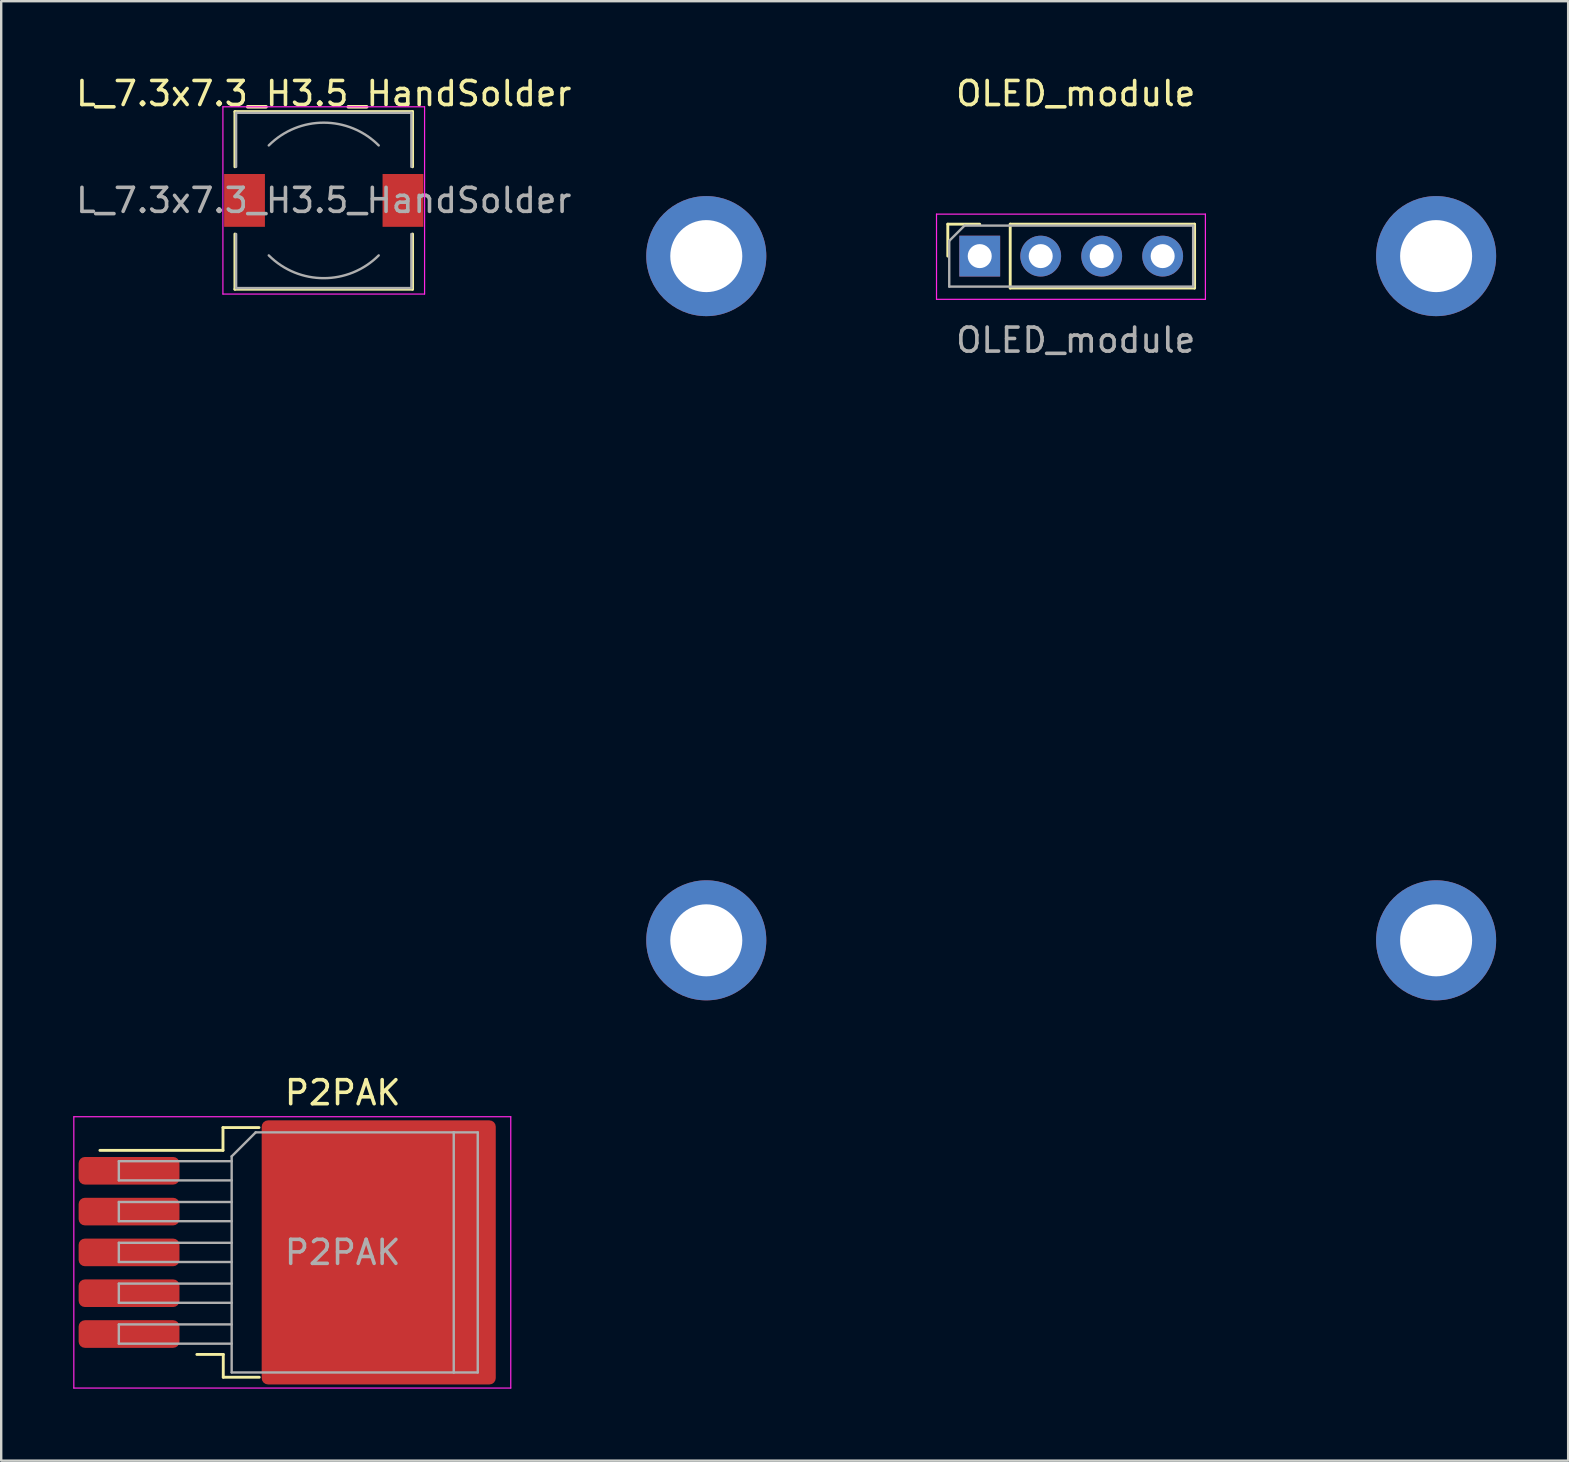
<source format=kicad_pcb>
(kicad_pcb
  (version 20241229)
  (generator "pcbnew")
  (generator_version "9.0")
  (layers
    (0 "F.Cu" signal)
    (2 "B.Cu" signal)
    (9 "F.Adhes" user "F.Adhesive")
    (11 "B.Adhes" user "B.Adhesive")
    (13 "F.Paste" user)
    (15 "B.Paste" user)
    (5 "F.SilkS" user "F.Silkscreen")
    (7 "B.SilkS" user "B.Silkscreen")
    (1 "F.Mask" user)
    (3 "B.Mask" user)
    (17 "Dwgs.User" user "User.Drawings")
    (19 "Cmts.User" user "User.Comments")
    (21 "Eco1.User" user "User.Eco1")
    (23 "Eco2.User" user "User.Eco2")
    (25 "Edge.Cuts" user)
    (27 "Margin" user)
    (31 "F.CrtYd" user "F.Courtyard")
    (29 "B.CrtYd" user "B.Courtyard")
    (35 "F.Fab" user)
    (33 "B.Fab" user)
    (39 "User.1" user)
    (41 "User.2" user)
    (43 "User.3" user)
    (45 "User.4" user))
  (footprint "L_7.3x7.3_H3.5_HandSolder"
    (layer "F.Cu")
    (at 10.435 5.298)
    (property "Reference" "L_7.3x7.3_H3.5_HandSolder" (at 0 -4.45 0) (layer "F.SilkS") (effects (font (size 1 1) (thickness 0.15))))
    (attr smd)
    (fp_line (start -3.7 -3.7) (end 3.7 -3.7) (stroke (width 0.12) (type solid)) (layer "F.SilkS"))
    (fp_line (start -3.7 -1.4) (end -3.7 -3.7) (stroke (width 0.12) (type solid)) (layer "F.SilkS"))
    (fp_line (start -3.7 3.7) (end -3.7 1.4) (stroke (width 0.12) (type solid)) (layer "F.SilkS"))
    (fp_line (start 3.7 -3.7) (end 3.7 -1.4) (stroke (width 0.12) (type solid)) (layer "F.SilkS"))
    (fp_line (start 3.7 1.4) (end 3.7 3.7) (stroke (width 0.12) (type solid)) (layer "F.SilkS"))
    (fp_line (start 3.7 3.7) (end -3.7 3.7) (stroke (width 0.12) (type solid)) (layer "F.SilkS"))
    (fp_line (start -4.2 -3.9) (end -4.2 3.9) (stroke (width 0.05) (type solid)) (layer "F.CrtYd"))
    (fp_line (start -4.2 3.9) (end 4.2 3.9) (stroke (width 0.05) (type solid)) (layer "F.CrtYd"))
    (fp_line (start 4.2 -3.9) (end -4.2 -3.9) (stroke (width 0.05) (type solid)) (layer "F.CrtYd"))
    (fp_line (start 4.2 3.9) (end 4.2 -3.9) (stroke (width 0.05) (type solid)) (layer "F.CrtYd"))
    (fp_line (start -3.65 -3.65) (end -3.65 -1.4) (stroke (width 0.1) (type solid)) (layer "F.Fab"))
    (fp_line (start -3.65 -3.65) (end 3.65 -3.65) (stroke (width 0.1) (type solid)) (layer "F.Fab"))
    (fp_line (start -3.65 3.65) (end -3.65 1.4) (stroke (width 0.1) (type solid)) (layer "F.Fab"))
    (fp_line (start 3.65 -3.65) (end 3.65 -1.4) (stroke (width 0.1) (type solid)) (layer "F.Fab"))
    (fp_line (start 3.65 3.65) (end -3.65 3.65) (stroke (width 0.1) (type solid)) (layer "F.Fab"))
    (fp_line (start 3.65 3.65) (end 3.65 1.4) (stroke (width 0.1) (type solid)) (layer "F.Fab"))
    (fp_arc (start -2.29 -2.29) (mid 0 -3.238549) (end 2.29 -2.29) (stroke (width 0.1) (type solid)) (layer "F.Fab"))
    (fp_arc (start 2.29 2.29) (mid 0 3.238549) (end -2.29 2.29) (stroke (width 0.1) (type solid)) (layer "F.Fab"))
    (fp_text user "${REFERENCE}" (at 0 0 0) (layer "F.Fab") (effects (font (size 1 1) (thickness 0.15))))
    (pad "1" smd rect (at -3.3 0) (size 1.7 2.2) (layers "F.Cu" "F.Mask" "F.Paste"))
    (pad "2" smd rect (at 3.3 0) (size 1.7 2.2) (layers "F.Cu" "F.Mask" "F.Paste")))
  (footprint "P2PAK"
    (layer "F.Cu")
    (at 11.225 49.117)
    (property "Reference" "P2PAK" (at 0 -6.65 0) (layer "F.SilkS") (effects (font (size 1 1) (thickness 0.15))))
    (attr smd)
    (fp_line (start -4.987 -5.2) (end -4.987 -4.25) (stroke (width 0.12) (type solid)) (layer "F.SilkS"))
    (fp_line (start -4.987 -4.25) (end -10.113 -4.25) (stroke (width 0.12) (type solid)) (layer "F.SilkS"))
    (fp_line (start -4.975 4.25) (end -6.075 4.25) (stroke (width 0.12) (type solid)) (layer "F.SilkS"))
    (fp_line (start -4.975 5.2) (end -4.975 4.25) (stroke (width 0.12) (type solid)) (layer "F.SilkS"))
    (fp_line (start -3.487 -5.2) (end -4.987 -5.2) (stroke (width 0.12) (type solid)) (layer "F.SilkS"))
    (fp_line (start -3.475 5.2) (end -4.975 5.2) (stroke (width 0.12) (type solid)) (layer "F.SilkS"))
    (fp_line (start -11.2 -5.65) (end -11.2 5.65) (stroke (width 0.05) (type solid)) (layer "F.CrtYd"))
    (fp_line (start -11.2 5.65) (end 7 5.65) (stroke (width 0.05) (type solid)) (layer "F.CrtYd"))
    (fp_line (start 7 -5.65) (end -11.2 -5.65) (stroke (width 0.05) (type solid)) (layer "F.CrtYd"))
    (fp_line (start 7 5.65) (end 7 -5.65) (stroke (width 0.05) (type solid)) (layer "F.CrtYd"))
    (fp_line (start -9.325 -3.8) (end -9.325 -3) (stroke (width 0.1) (type solid)) (layer "F.Fab"))
    (fp_line (start -9.325 -3) (end -4.625 -3) (stroke (width 0.1) (type solid)) (layer "F.Fab"))
    (fp_line (start -9.325 -2.1) (end -9.325 -1.3) (stroke (width 0.1) (type solid)) (layer "F.Fab"))
    (fp_line (start -9.325 -1.3) (end -4.625 -1.3) (stroke (width 0.1) (type solid)) (layer "F.Fab"))
    (fp_line (start -9.325 -0.4) (end -9.325 0.4) (stroke (width 0.1) (type solid)) (layer "F.Fab"))
    (fp_line (start -9.325 0.4) (end -4.625 0.4) (stroke (width 0.1) (type solid)) (layer "F.Fab"))
    (fp_line (start -9.325 1.3) (end -9.325 2.1) (stroke (width 0.1) (type solid)) (layer "F.Fab"))
    (fp_line (start -9.325 2.1) (end -4.625 2.1) (stroke (width 0.1) (type solid)) (layer "F.Fab"))
    (fp_line (start -9.325 3) (end -9.325 3.8) (stroke (width 0.1) (type solid)) (layer "F.Fab"))
    (fp_line (start -9.325 3.8) (end -4.625 3.8) (stroke (width 0.1) (type solid)) (layer "F.Fab"))
    (fp_line (start -4.625 -4) (end -3.625 -5) (stroke (width 0.1) (type solid)) (layer "F.Fab"))
    (fp_line (start -4.625 -3.8) (end -9.325 -3.8) (stroke (width 0.1) (type solid)) (layer "F.Fab"))
    (fp_line (start -4.625 -2.1) (end -9.325 -2.1) (stroke (width 0.1) (type solid)) (layer "F.Fab"))
    (fp_line (start -4.625 -0.4) (end -9.325 -0.4) (stroke (width 0.1) (type solid)) (layer "F.Fab"))
    (fp_line (start -4.625 1.3) (end -9.325 1.3) (stroke (width 0.1) (type solid)) (layer "F.Fab"))
    (fp_line (start -4.625 3) (end -9.325 3) (stroke (width 0.1) (type solid)) (layer "F.Fab"))
    (fp_line (start -4.625 5) (end -4.625 -4) (stroke (width 0.1) (type solid)) (layer "F.Fab"))
    (fp_line (start -3.625 -5) (end 4.625 -5) (stroke (width 0.1) (type solid)) (layer "F.Fab"))
    (fp_line (start 4.625 -5) (end 4.625 5) (stroke (width 0.1) (type solid)) (layer "F.Fab"))
    (fp_line (start 4.625 -5) (end 5.625 -5) (stroke (width 0.1) (type solid)) (layer "F.Fab"))
    (fp_line (start 4.625 5) (end -4.625 5) (stroke (width 0.1) (type solid)) (layer "F.Fab"))
    (fp_line (start 5.625 -5) (end 5.625 5) (stroke (width 0.1) (type solid)) (layer "F.Fab"))
    (fp_line (start 5.625 5) (end 4.625 5) (stroke (width 0.1) (type solid)) (layer "F.Fab"))
    (fp_text user "${REFERENCE}" (at 0 0 0) (layer "F.Fab") (effects (font (size 1 1) (thickness 0.15))))
    (pad "1" smd roundrect (at -8.9 -3.4) (size 4.2 1.15) (layers "F.Cu" "F.Mask" "F.Paste") (roundrect_rratio 0.227))
    (pad "2" smd roundrect (at -8.9 -1.7) (size 4.2 1.15) (layers "F.Cu" "F.Mask" "F.Paste") (roundrect_rratio 0.227))
    (pad "3" smd roundrect (at -8.9 0) (size 4.2 1.15) (layers "F.Cu" "F.Mask" "F.Paste") (roundrect_rratio 0.227))
    (pad "3" smd roundrect (at -0.925 -2.775) (size 4.55 5.25) (layers "F.Cu" "F.Paste") (roundrect_rratio 0.055))
    (pad "3" smd roundrect (at -0.925 2.775) (size 4.55 5.25) (layers "F.Cu" "F.Paste") (roundrect_rratio 0.055))
    (pad "3" smd roundrect (at 1.5 0) (size 9.75 11) (layers "F.Cu" "F.Mask") (roundrect_rratio 0.027))
    (pad "3" smd roundrect (at 3.925 -2.775) (size 4.55 5.25) (layers "F.Cu" "F.Paste") (roundrect_rratio 0.055))
    (pad "3" smd roundrect (at 3.925 2.775) (size 4.55 5.25) (layers "F.Cu" "F.Paste") (roundrect_rratio 0.055))
    (pad "4" smd roundrect (at -8.9 1.7) (size 4.2 1.15) (layers "F.Cu" "F.Mask" "F.Paste") (roundrect_rratio 0.227))
    (pad "5" smd roundrect (at -8.9 3.4) (size 4.2 1.15) (layers "F.Cu" "F.Mask" "F.Paste") (roundrect_rratio 0.227)))
  (footprint "OLED_module"
    (layer "F.Cu")
    (at 41.759 3.618)
    (property "Reference" "OLED_module" (at 0 -2.77 0) (layer "F.SilkS") (effects (font (size 1 1) (thickness 0.15))))
    (attr through_hole)
    (fp_line (start -5.33 2.67) (end -4 2.67) (stroke (width 0.12) (type solid)) (layer "F.SilkS"))
    (fp_line (start -5.33 4) (end -5.33 2.67) (stroke (width 0.12) (type solid)) (layer "F.SilkS"))
    (fp_line (start -2.73 2.67) (end 4.95 2.67) (stroke (width 0.12) (type solid)) (layer "F.SilkS"))
    (fp_line (start -2.73 5.33) (end -2.73 2.67) (stroke (width 0.12) (type solid)) (layer "F.SilkS"))
    (fp_line (start -2.73 5.33) (end 4.95 5.33) (stroke (width 0.12) (type solid)) (layer "F.SilkS"))
    (fp_line (start 4.95 5.33) (end 4.95 2.67) (stroke (width 0.12) (type solid)) (layer "F.SilkS"))
    (fp_line (start -5.8 2.25) (end 5.4 2.25) (stroke (width 0.05) (type solid)) (layer "F.CrtYd"))
    (fp_line (start -5.8 5.8) (end -5.8 2.25) (stroke (width 0.05) (type solid)) (layer "F.CrtYd"))
    (fp_line (start 5.4 2.25) (end 5.4 5.8) (stroke (width 0.05) (type solid)) (layer "F.CrtYd"))
    (fp_line (start 5.4 5.8) (end -5.8 5.8) (stroke (width 0.05) (type solid)) (layer "F.CrtYd"))
    (fp_line (start -5.27 3.365) (end -4.635 2.73) (stroke (width 0.1) (type solid)) (layer "F.Fab"))
    (fp_line (start -5.27 5.27) (end -5.27 3.365) (stroke (width 0.1) (type solid)) (layer "F.Fab"))
    (fp_line (start -4.635 2.73) (end 4.89 2.73) (stroke (width 0.1) (type solid)) (layer "F.Fab"))
    (fp_line (start 4.89 2.73) (end 4.89 5.27) (stroke (width 0.1) (type solid)) (layer "F.Fab"))
    (fp_line (start 4.89 5.27) (end -5.27 5.27) (stroke (width 0.1) (type solid)) (layer "F.Fab"))
    (fp_text user "${REFERENCE}" (at 0 7.5 180) (layer "F.Fab") (effects (font (size 1 1) (thickness 0.15))))
    (pad "" thru_hole circle (at -15.39 4) (size 5 5) (drill 3) (layers "*.Cu" "*.Mask"))
    (pad "" thru_hole circle (at -15.39 32.5) (size 5 5) (drill 3) (layers "*.Cu" "*.Mask"))
    (pad "" thru_hole circle (at 15.01 4 90) (size 5 5) (drill 3) (layers "*.Cu" "*.Mask"))
    (pad "" thru_hole circle (at 15.01 32.5) (size 5 5) (drill 3) (layers "*.Cu" "*.Mask"))
    (pad "1" thru_hole rect (at -4 4 90) (size 1.7 1.7) (drill 1) (layers "*.Cu" "*.Mask"))
    (pad "2" thru_hole oval (at -1.46 4 90) (size 1.7 1.7) (drill 1) (layers "*.Cu" "*.Mask"))
    (pad "3" thru_hole oval (at 1.08 4 90) (size 1.7 1.7) (drill 1) (layers "*.Cu" "*.Mask"))
    (pad "4" thru_hole oval (at 3.62 4 90) (size 1.7 1.7) (drill 1) (layers "*.Cu" "*.Mask")))
  (gr_rect
    (start -3 -3)
    (end 62.269 57.791)
    (stroke (width 0.1) (type default))
    (fill no)
    (layer "Edge.Cuts")))
</source>
